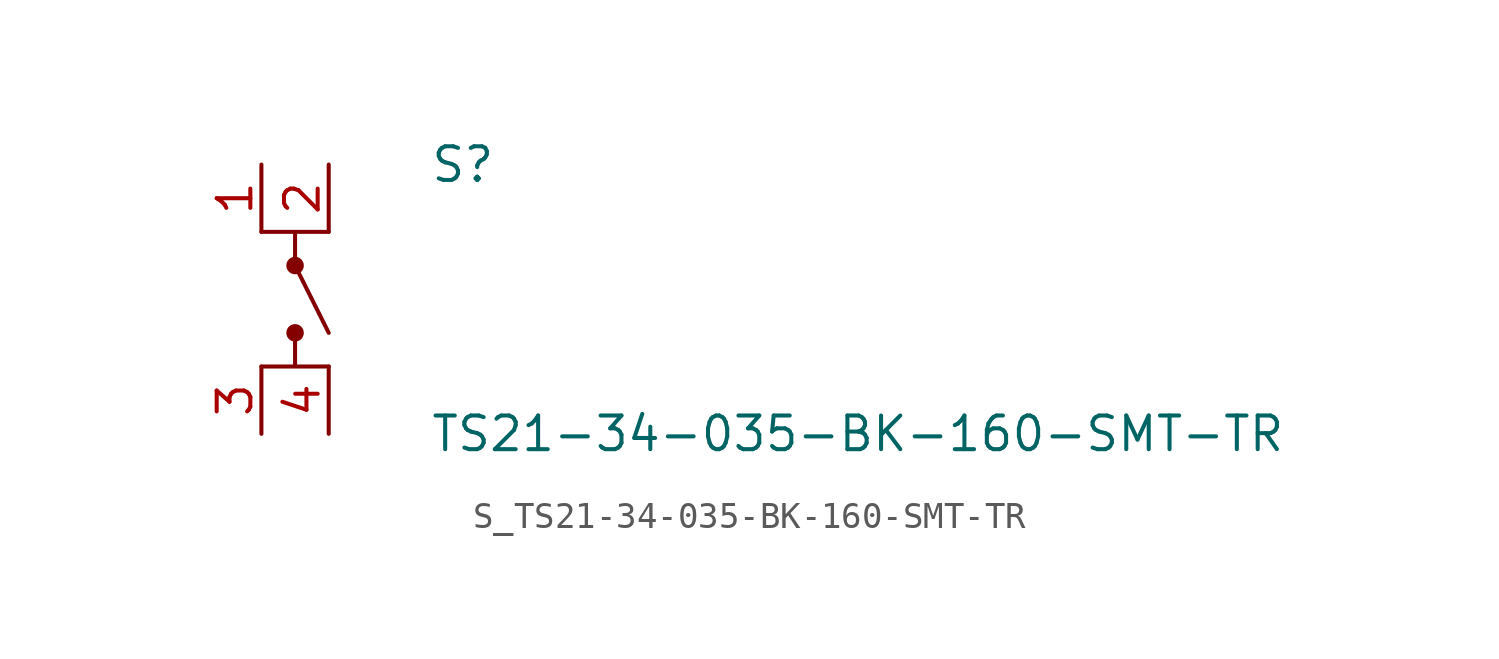
<source format=kicad_sym>
(kicad_symbol_lib
  (version 20231120)
  (generator kicad_symbol_editor)
  (generator_version 8.0)
  (symbol "S_TS21-34-035-BK-160-SMT-TR"
    (pin_names
      (offset 0.254))
    (property "Reference" "S"
      (at 5.08 5.08 0)
      (effects (font (size 1.27 1.27)) (justify left)))
    (property "Value" "TS21-34-035-BK-160-SMT-TR"
      (at 5.08 -5.08 0)
      (effects (font (size 1.27 1.27)) (justify left)))
    (symbol "S_TS21-34-035-BK-160-SMT-TR_0_0"
      (pin unspecified line (at -1.27 5.08 270) (length 2.54) (name "" (effects (font (size 1.27 1.27)))) (number "1" (effects (font (size 1.27 1.27)))))
      (pin unspecified line (at 1.27 5.08 270) (length 2.54) (name "" (effects (font (size 1.27 1.27)))) (number "2" (effects (font (size 1.27 1.27)))))
      (pin unspecified line (at -1.27 -5.08 90) (length 2.54) (name "" (effects (font (size 1.27 1.27)))) (number "3" (effects (font (size 1.27 1.27)))))
      (pin unspecified line (at 1.27 -5.08 90) (length 2.54) (name "" (effects (font (size 1.27 1.27)))) (number "4" (effects (font (size 1.27 1.27)))))
      (circle (center 0 1.27) (radius 0.254) (stroke (width 0) (type solid)) (fill (type outline)))
      (circle (center 0 -1.27) (radius 0.254) (stroke (width 0) (type solid)) (fill (type outline)))
      (polyline (pts (xy 1.27 2.54) (xy -1.27 2.54) (xy 0 2.54) (xy 0 1.27) (xy 1.27 -1.27)) (stroke (width 0) (type default)) (fill (type none)))
      (polyline (pts (xy 1.27 -2.54) (xy -1.27 -2.54) (xy 0 -2.54) (xy 0 -1.27)) (stroke (width 0) (type default)) (fill (type none))))
    (symbol "S_TS21-34-035-BK-160-SMT-TR_1_0")))
</source>
